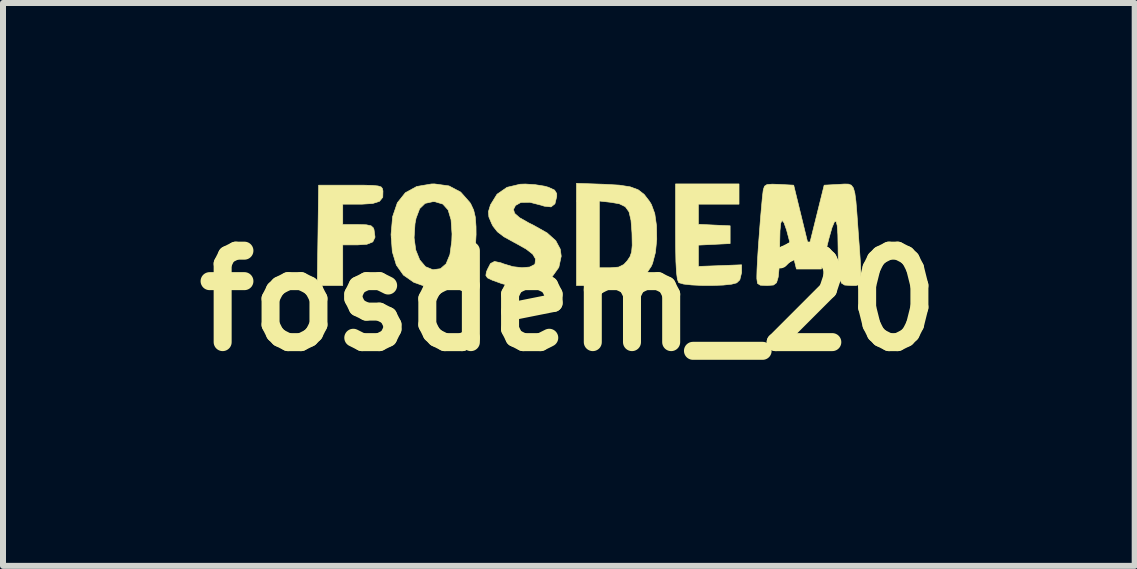
<source format=kicad_pcb>
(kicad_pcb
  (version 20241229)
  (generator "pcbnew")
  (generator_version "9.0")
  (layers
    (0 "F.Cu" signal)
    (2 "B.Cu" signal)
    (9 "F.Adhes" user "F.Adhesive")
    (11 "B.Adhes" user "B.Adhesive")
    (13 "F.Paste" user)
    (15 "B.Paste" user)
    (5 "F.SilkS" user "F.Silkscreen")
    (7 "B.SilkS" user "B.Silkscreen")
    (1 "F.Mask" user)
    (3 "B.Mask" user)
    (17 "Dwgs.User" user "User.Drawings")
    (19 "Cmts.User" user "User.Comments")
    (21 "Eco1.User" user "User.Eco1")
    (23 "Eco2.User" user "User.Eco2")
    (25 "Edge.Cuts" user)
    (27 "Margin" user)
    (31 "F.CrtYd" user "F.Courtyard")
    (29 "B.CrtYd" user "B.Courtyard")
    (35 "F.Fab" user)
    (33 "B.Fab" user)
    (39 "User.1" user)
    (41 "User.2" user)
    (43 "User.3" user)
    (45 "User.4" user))
  (footprint "fosdem_20"
    (layer "F.Cu")
    (at 6.43 1.962)
    (property "Reference" "fosdem_20" (at 0 0 0) (layer "F.SilkS") (effects (font (size 1.524 1.524) (thickness 0.3))))
    (attr through_hole)
    (fp_poly (pts (xy -3.421 -1.926) (xy -3.272 -1.922) (xy -3.18 -1.913) (xy -3.129 -1.897) (xy -3.107 -1.87) (xy -3.098 -1.829) (xy -3.098 -1.829) (xy -3.101 -1.725) (xy -3.155 -1.657) (xy -3.268 -1.621) (xy -3.453 -1.609) (xy -3.477 -1.609) (xy -3.768 -1.609) (xy -3.768 -1.27) (xy -3.519 -1.27) (xy -3.376 -1.266) (xy -3.296 -1.249) (xy -3.258 -1.214) (xy -3.247 -1.185) (xy -3.23 -1.059) (xy -3.267 -0.981) (xy -3.366 -0.941) (xy -3.519 -0.931) (xy -3.768 -0.931) (xy -3.768 -0.254) (xy -4.193 -0.254) (xy -4.181 -1.09) (xy -4.17 -1.926) (xy -3.641 -1.926) (xy -3.421 -1.926)) (stroke (width 0.01) (type solid)) (fill yes) (layer "F.SilkS"))
    (fp_poly (pts (xy 2.836 -1.609) (xy 2.159 -1.609) (xy 2.159 -1.274) (xy 2.424 -1.261) (xy 2.688 -1.249) (xy 2.688 -0.953) (xy 2.424 -0.94) (xy 2.159 -0.927) (xy 2.159 -0.749) (xy 2.159 -0.572) (xy 2.519 -0.585) (xy 2.879 -0.599) (xy 2.879 -0.47) (xy 2.849 -0.348) (xy 2.797 -0.298) (xy 2.713 -0.276) (xy 2.573 -0.261) (xy 2.4 -0.255) (xy 2.218 -0.255) (xy 2.047 -0.263) (xy 1.912 -0.278) (xy 1.835 -0.3) (xy 1.829 -0.305) (xy 1.809 -0.357) (xy 1.794 -0.472) (xy 1.784 -0.656) (xy 1.779 -0.915) (xy 1.778 -1.151) (xy 1.778 -1.947) (xy 2.836 -1.947) (xy 2.836 -1.609)) (stroke (width 0.01) (type solid)) (fill yes) (layer "F.SilkS"))
    (fp_poly (pts (xy 0.59 -1.941) (xy 0.839 -1.927) (xy 1.021 -1.899) (xy 1.154 -1.85) (xy 1.255 -1.772) (xy 1.343 -1.658) (xy 1.376 -1.604) (xy 1.432 -1.452) (xy 1.461 -1.249) (xy 1.465 -1.023) (xy 1.443 -0.805) (xy 1.395 -0.622) (xy 1.374 -0.575) (xy 1.287 -0.444) (xy 1.179 -0.352) (xy 1.034 -0.294) (xy 0.836 -0.263) (xy 0.57 -0.254) (xy 0.562 -0.254) (xy 0.127 -0.254) (xy 0.127 -0.55) (xy 0.508 -0.55) (xy 0.695 -0.55) (xy 0.829 -0.561) (xy 0.916 -0.604) (xy 0.974 -0.667) (xy 1.02 -0.736) (xy 1.046 -0.813) (xy 1.056 -0.923) (xy 1.053 -1.088) (xy 1.052 -1.131) (xy 1.036 -1.34) (xy 1.003 -1.481) (xy 0.941 -1.567) (xy 0.841 -1.616) (xy 0.703 -1.64) (xy 0.508 -1.662) (xy 0.508 -0.55) (xy 0.127 -0.55) (xy 0.127 -1.957) (xy 0.59 -1.941)) (stroke (width 0.01) (type solid)) (fill yes) (layer "F.SilkS"))
    (fp_poly (pts (xy -1.998 -1.914) (xy -1.803 -1.811) (xy -1.649 -1.637) (xy -1.632 -1.609) (xy -1.586 -1.51) (xy -1.559 -1.394) (xy -1.547 -1.235) (xy -1.546 -1.101) (xy -1.562 -0.822) (xy -1.615 -0.61) (xy -1.711 -0.452) (xy -1.854 -0.335) (xy -1.917 -0.301) (xy -2.145 -0.225) (xy -2.364 -0.228) (xy -2.584 -0.307) (xy -2.757 -0.428) (xy -2.875 -0.595) (xy -2.942 -0.817) (xy -2.959 -1.049) (xy -2.579 -1.049) (xy -2.551 -0.845) (xy -2.485 -0.681) (xy -2.388 -0.567) (xy -2.266 -0.517) (xy -2.14 -0.534) (xy -2.046 -0.615) (xy -1.982 -0.77) (xy -1.951 -0.996) (xy -1.947 -1.114) (xy -1.963 -1.35) (xy -2.012 -1.513) (xy -2.1 -1.611) (xy -2.23 -1.65) (xy -2.267 -1.651) (xy -2.395 -1.623) (xy -2.486 -1.535) (xy -2.546 -1.376) (xy -2.564 -1.283) (xy -2.579 -1.049) (xy -2.959 -1.049) (xy -2.963 -1.103) (xy -2.937 -1.401) (xy -2.858 -1.633) (xy -2.725 -1.8) (xy -2.536 -1.904) (xy -2.292 -1.946) (xy -2.24 -1.947) (xy -1.998 -1.914)) (stroke (width 0.01) (type solid)) (fill yes) (layer "F.SilkS"))
    (fp_poly (pts (xy -0.559 -1.934) (xy -0.403 -1.909) (xy -0.339 -1.891) (xy -0.238 -1.844) (xy -0.202 -1.786) (xy -0.202 -1.738) (xy -0.232 -1.615) (xy -0.297 -1.564) (xy -0.41 -1.576) (xy -0.456 -1.591) (xy -0.651 -1.641) (xy -0.8 -1.638) (xy -0.889 -1.588) (xy -0.923 -1.521) (xy -0.903 -1.456) (xy -0.821 -1.384) (xy -0.669 -1.298) (xy -0.585 -1.256) (xy -0.363 -1.131) (xy -0.218 -1.001) (xy -0.143 -0.86) (xy -0.127 -0.743) (xy -0.167 -0.557) (xy -0.279 -0.4) (xy -0.437 -0.294) (xy -0.643 -0.228) (xy -0.855 -0.223) (xy -1.098 -0.28) (xy -1.133 -0.291) (xy -1.277 -0.343) (xy -1.356 -0.381) (xy -1.383 -0.422) (xy -1.374 -0.478) (xy -1.358 -0.519) (xy -1.306 -0.62) (xy -1.239 -0.655) (xy -1.132 -0.632) (xy -1.085 -0.614) (xy -0.933 -0.568) (xy -0.78 -0.551) (xy -0.653 -0.562) (xy -0.574 -0.602) (xy -0.563 -0.62) (xy -0.556 -0.698) (xy -0.602 -0.776) (xy -0.711 -0.861) (xy -0.891 -0.962) (xy -0.914 -0.974) (xy -1.081 -1.066) (xy -1.19 -1.149) (xy -1.262 -1.24) (xy -1.285 -1.283) (xy -1.333 -1.397) (xy -1.34 -1.485) (xy -1.308 -1.592) (xy -1.305 -1.6) (xy -1.197 -1.775) (xy -1.031 -1.89) (xy -0.812 -1.942) (xy -0.724 -1.945) (xy -0.559 -1.934)) (stroke (width 0.01) (type solid)) (fill yes) (layer "F.SilkS"))
    (fp_poly (pts (xy 4.658 -1.944) (xy 4.707 -1.926) (xy 4.742 -1.88) (xy 4.766 -1.795) (xy 4.784 -1.66) (xy 4.8 -1.465) (xy 4.819 -1.198) (xy 4.823 -1.137) (xy 4.845 -0.842) (xy 4.86 -0.621) (xy 4.867 -0.464) (xy 4.864 -0.359) (xy 4.85 -0.296) (xy 4.824 -0.265) (xy 4.785 -0.254) (xy 4.73 -0.254) (xy 4.704 -0.254) (xy 4.596 -0.261) (xy 4.542 -0.295) (xy 4.516 -0.377) (xy 4.514 -0.386) (xy 4.501 -0.492) (xy 4.491 -0.651) (xy 4.487 -0.832) (xy 4.487 -0.863) (xy 4.483 -1.1) (xy 4.472 -1.254) (xy 4.453 -1.325) (xy 4.425 -1.313) (xy 4.386 -1.22) (xy 4.336 -1.045) (xy 4.318 -0.974) (xy 4.208 -0.529) (xy 3.793 -0.529) (xy 3.683 -0.973) (xy 3.629 -1.177) (xy 3.586 -1.299) (xy 3.554 -1.338) (xy 3.532 -1.295) (xy 3.519 -1.169) (xy 3.514 -0.958) (xy 3.514 -0.891) (xy 3.511 -0.704) (xy 3.503 -0.534) (xy 3.491 -0.41) (xy 3.487 -0.386) (xy 3.461 -0.3) (xy 3.411 -0.262) (xy 3.308 -0.254) (xy 3.297 -0.254) (xy 3.191 -0.259) (xy 3.144 -0.289) (xy 3.133 -0.368) (xy 3.133 -0.411) (xy 3.136 -0.523) (xy 3.145 -0.692) (xy 3.158 -0.899) (xy 3.175 -1.125) (xy 3.192 -1.35) (xy 3.21 -1.556) (xy 3.225 -1.723) (xy 3.238 -1.832) (xy 3.242 -1.854) (xy 3.261 -1.909) (xy 3.302 -1.936) (xy 3.389 -1.943) (xy 3.504 -1.939) (xy 3.747 -1.926) (xy 3.873 -1.41) (xy 3.999 -0.894) (xy 4.127 -1.41) (xy 4.255 -1.926) (xy 4.497 -1.939) (xy 4.589 -1.945) (xy 4.658 -1.944)) (stroke (width 0.01) (type solid)) (fill yes) (layer "F.SilkS")))
  (gr_rect
    (start -3 -3)
    (end 15.86 6.38)
    (stroke (width 0.1) (type default))
    (fill no)
    (layer "Edge.Cuts")))
</source>
